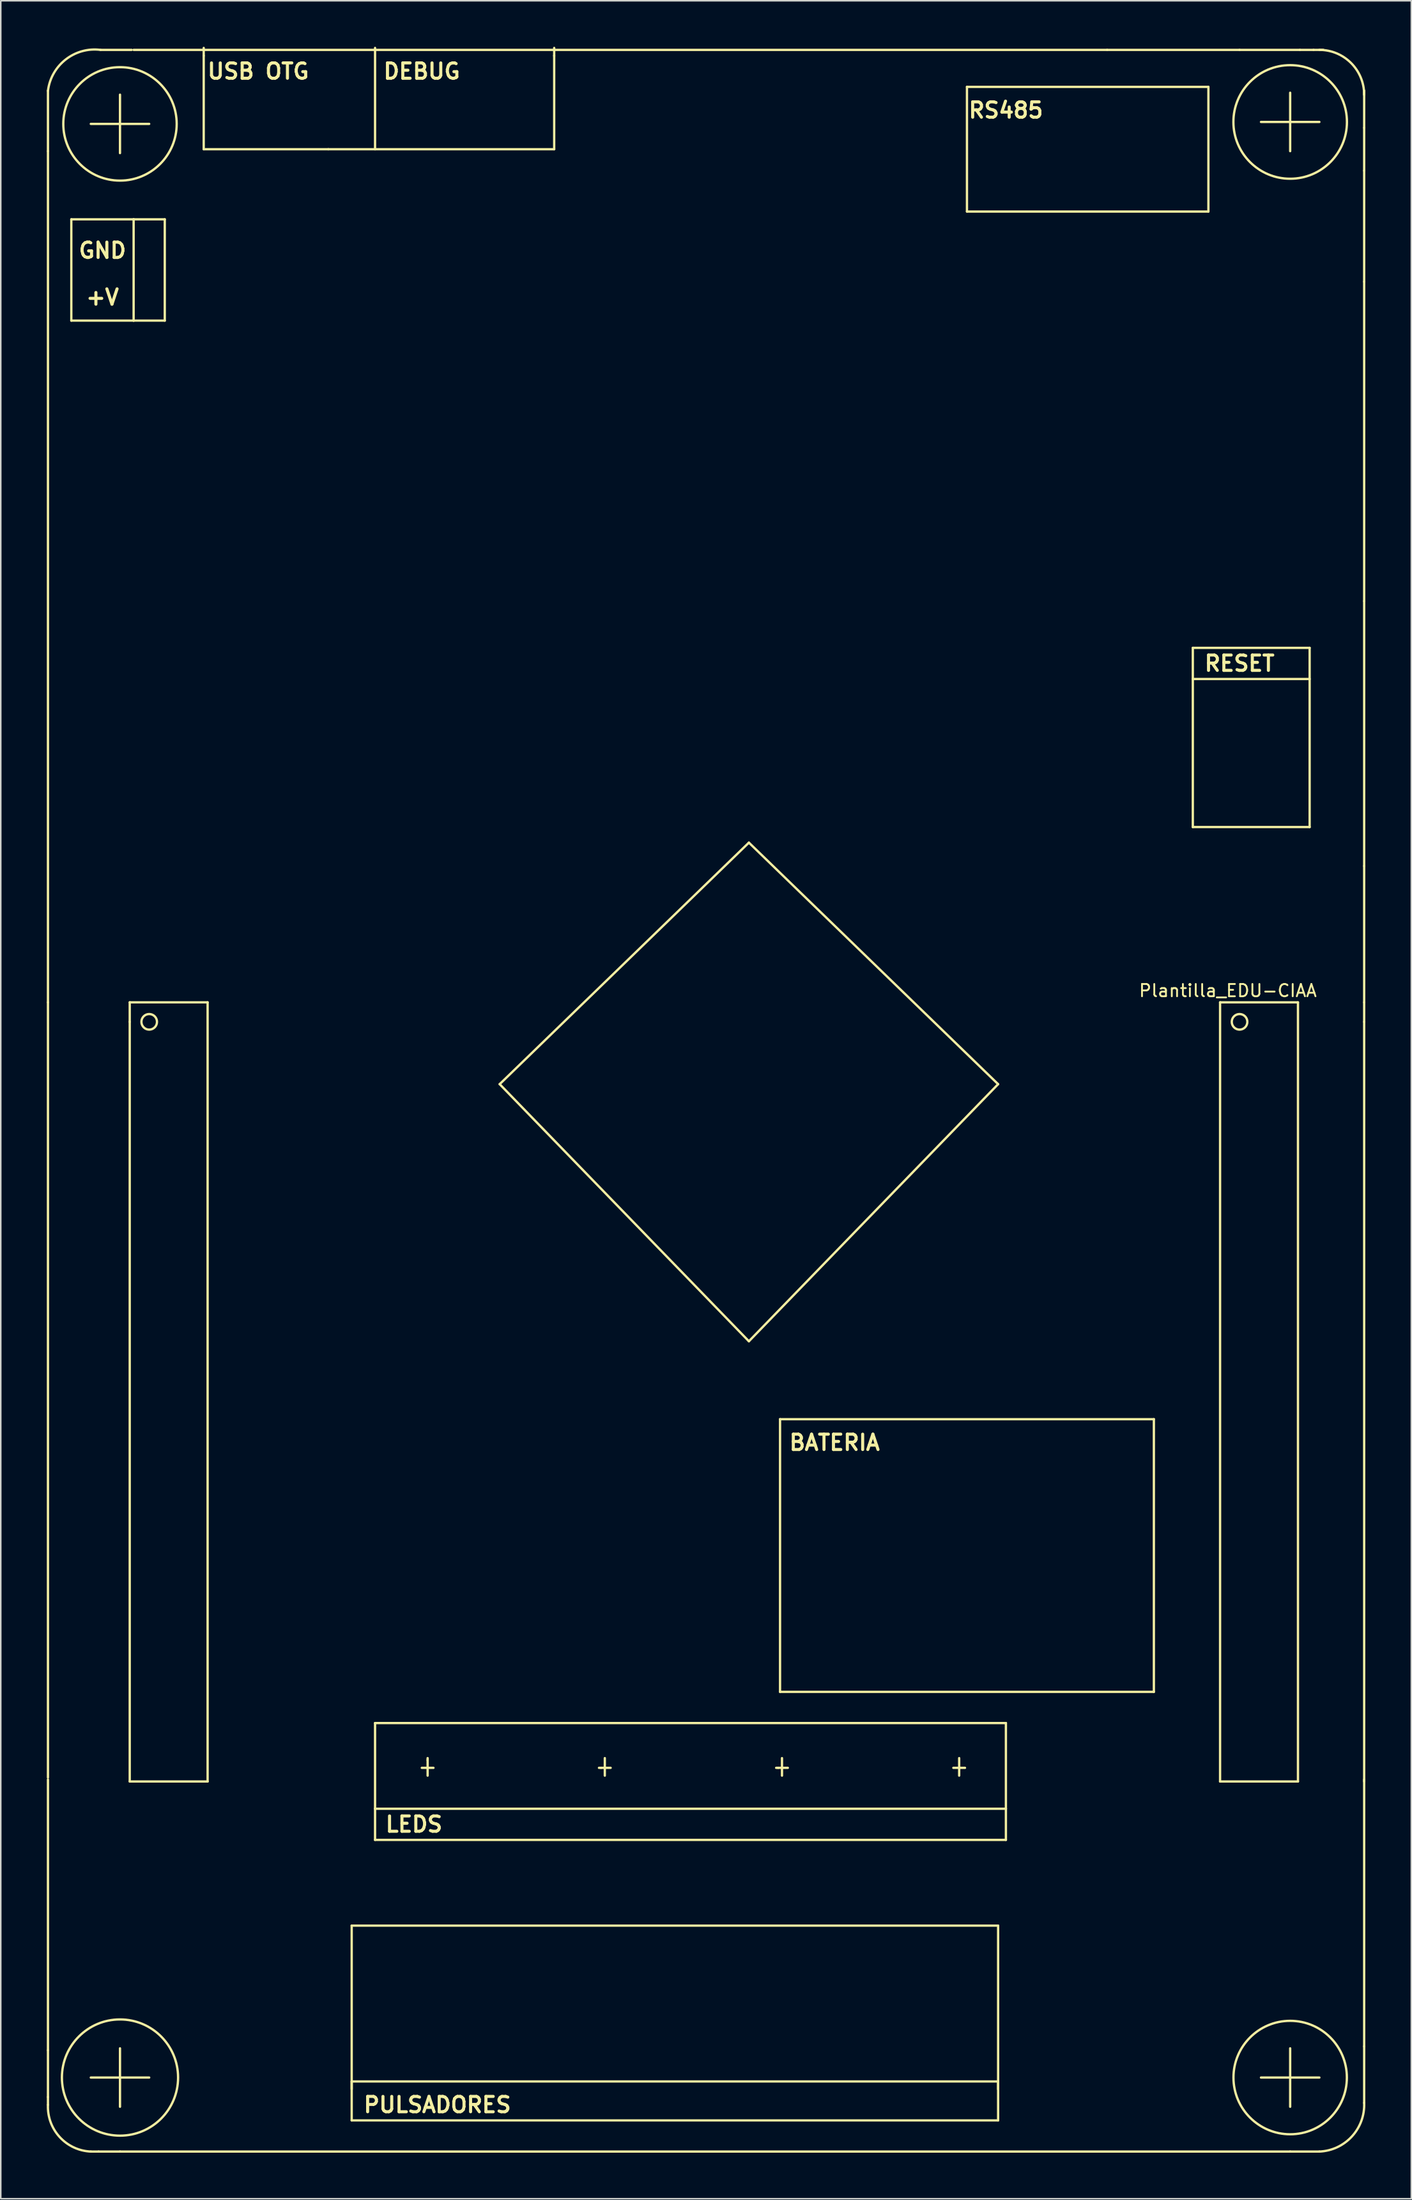
<source format=kicad_pcb>
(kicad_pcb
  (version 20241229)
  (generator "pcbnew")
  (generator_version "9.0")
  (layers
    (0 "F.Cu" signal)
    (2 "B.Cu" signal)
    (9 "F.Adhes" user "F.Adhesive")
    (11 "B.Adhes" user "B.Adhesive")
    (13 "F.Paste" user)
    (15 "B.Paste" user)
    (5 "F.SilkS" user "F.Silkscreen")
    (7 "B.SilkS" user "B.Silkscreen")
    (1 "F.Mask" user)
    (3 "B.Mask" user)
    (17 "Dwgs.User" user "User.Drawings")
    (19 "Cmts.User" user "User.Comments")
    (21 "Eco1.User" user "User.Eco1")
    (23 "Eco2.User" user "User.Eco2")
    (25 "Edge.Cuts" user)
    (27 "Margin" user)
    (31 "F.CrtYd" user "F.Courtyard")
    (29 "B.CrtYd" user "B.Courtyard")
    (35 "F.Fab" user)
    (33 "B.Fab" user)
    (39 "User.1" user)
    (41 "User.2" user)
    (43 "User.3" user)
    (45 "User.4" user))
  (footprint "Plantilla_EDU-CIAA"
    (layer "F.Cu")
    (at 77.802 63.575)
    (property "Reference" "Plantilla_EDU-CIAA" (at -0.762 -2.032 0) (layer "F.SilkS") (effects (font (size 0.8 0.8) (thickness 0.12))))
    (attr through_hole)
    (fp_line (start -77.724 -60.706) (end -77.724 -56.769) (stroke (width 0.15) (type solid)) (layer "F.SilkS"))
    (fp_line (start -77.724 -1.27) (end -77.724 -56.769) (stroke (width 0.15) (type solid)) (layer "F.SilkS"))
    (fp_line (start -77.724 49.276) (end -77.724 -1.27) (stroke (width 0.15) (type solid)) (layer "F.SilkS"))
    (fp_line (start -77.724 49.403) (end -77.724 67.056) (stroke (width 0.15) (type solid)) (layer "F.SilkS"))
    (fp_line (start -77.724 67.056) (end -77.724 70.104) (stroke (width 0.15) (type solid)) (layer "F.SilkS"))
    (fp_line (start -77.724 70.612) (end -77.724 70.104) (stroke (width 0.15) (type solid)) (layer "F.SilkS"))
    (fp_line (start -76.2 -52.324) (end -76.2 -45.72) (stroke (width 0.15) (type solid)) (layer "F.SilkS"))
    (fp_line (start -76.2 -45.72) (end -72.136 -45.72) (stroke (width 0.15) (type solid)) (layer "F.SilkS"))
    (fp_line (start -74.422 73.66) (end -74.93 73.66) (stroke (width 0.15) (type solid)) (layer "F.SilkS"))
    (fp_line (start -73.025 -58.547) (end -74.93 -58.547) (stroke (width 0.15) (type solid)) (layer "F.SilkS"))
    (fp_line (start -73.025 -58.547) (end -73.025 -60.452) (stroke (width 0.15) (type solid)) (layer "F.SilkS"))
    (fp_line (start -73.025 -58.547) (end -73.025 -56.642) (stroke (width 0.15) (type solid)) (layer "F.SilkS"))
    (fp_line (start -73.025 -58.547) (end -71.12 -58.547) (stroke (width 0.15) (type solid)) (layer "F.SilkS"))
    (fp_line (start -73.025 68.834) (end -74.93 68.834) (stroke (width 0.15) (type solid)) (layer "F.SilkS"))
    (fp_line (start -73.025 68.834) (end -73.025 66.929) (stroke (width 0.15) (type solid)) (layer "F.SilkS"))
    (fp_line (start -73.025 68.834) (end -73.025 70.739) (stroke (width 0.15) (type solid)) (layer "F.SilkS"))
    (fp_line (start -73.025 68.834) (end -71.12 68.834) (stroke (width 0.15) (type solid)) (layer "F.SilkS"))
    (fp_line (start -73.025 73.66) (end -74.422 73.66) (stroke (width 0.15) (type solid)) (layer "F.SilkS"))
    (fp_line (start -72.39 -1.27) (end -67.31 -1.27) (stroke (width 0.15) (type solid)) (layer "F.SilkS"))
    (fp_line (start -72.39 0) (end -72.39 -1.27) (stroke (width 0.15) (type solid)) (layer "F.SilkS"))
    (fp_line (start -72.39 49.53) (end -72.39 0) (stroke (width 0.15) (type solid)) (layer "F.SilkS"))
    (fp_line (start -72.263 -63.373) (end -74.295 -63.373) (stroke (width 0.15) (type solid)) (layer "F.SilkS"))
    (fp_line (start -72.136 -52.324) (end -76.2 -52.324) (stroke (width 0.15) (type solid)) (layer "F.SilkS"))
    (fp_line (start -72.136 -45.72) (end -72.136 -52.324) (stroke (width 0.15) (type solid)) (layer "F.SilkS"))
    (fp_line (start -72.136 -45.72) (end -70.104 -45.72) (stroke (width 0.15) (type solid)) (layer "F.SilkS"))
    (fp_line (start -70.104 -52.324) (end -72.136 -52.324) (stroke (width 0.15) (type solid)) (layer "F.SilkS"))
    (fp_line (start -70.104 -45.72) (end -70.104 -52.324) (stroke (width 0.15) (type solid)) (layer "F.SilkS"))
    (fp_line (start -67.564 -62.992) (end -67.564 -63.5) (stroke (width 0.15) (type solid)) (layer "F.SilkS"))
    (fp_line (start -67.564 -56.896) (end -67.564 -62.992) (stroke (width 0.15) (type solid)) (layer "F.SilkS"))
    (fp_line (start -67.564 -56.896) (end -59.436 -56.896) (stroke (width 0.15) (type solid)) (layer "F.SilkS"))
    (fp_line (start -67.31 -1.27) (end -67.31 49.53) (stroke (width 0.15) (type solid)) (layer "F.SilkS"))
    (fp_line (start -67.31 49.53) (end -72.39 49.53) (stroke (width 0.15) (type solid)) (layer "F.SilkS"))
    (fp_line (start -57.912 58.928) (end -57.912 69.596) (stroke (width 0.15) (type solid)) (layer "F.SilkS"))
    (fp_line (start -57.912 69.088) (end -15.748 69.088) (stroke (width 0.15) (type solid)) (layer "F.SilkS"))
    (fp_line (start -57.912 71.628) (end -57.912 69.088) (stroke (width 0.15) (type solid)) (layer "F.SilkS"))
    (fp_line (start -57.912 71.628) (end -15.748 71.628) (stroke (width 0.15) (type solid)) (layer "F.SilkS"))
    (fp_line (start -56.388 -56.896) (end -56.388 -63.5) (stroke (width 0.15) (type solid)) (layer "F.SilkS"))
    (fp_line (start -56.388 45.72) (end -56.388 51.308) (stroke (width 0.15) (type solid)) (layer "F.SilkS"))
    (fp_line (start -56.388 51.308) (end -15.24 51.308) (stroke (width 0.15) (type solid)) (layer "F.SilkS"))
    (fp_line (start -56.388 53.34) (end -56.388 51.308) (stroke (width 0.15) (type solid)) (layer "F.SilkS"))
    (fp_line (start -56.388 53.34) (end -15.24 53.34) (stroke (width 0.15) (type solid)) (layer "F.SilkS"))
    (fp_line (start -52.959 48.133) (end -52.959 48.006) (stroke (width 0.15) (type solid)) (layer "F.SilkS"))
    (fp_line (start -52.959 48.641) (end -53.34 48.641) (stroke (width 0.15) (type solid)) (layer "F.SilkS"))
    (fp_line (start -52.959 48.641) (end -52.959 48.133) (stroke (width 0.15) (type solid)) (layer "F.SilkS"))
    (fp_line (start -52.959 48.641) (end -52.959 49.149) (stroke (width 0.15) (type solid)) (layer "F.SilkS"))
    (fp_line (start -52.959 48.641) (end -52.578 48.641) (stroke (width 0.15) (type solid)) (layer "F.SilkS"))
    (fp_line (start -48.26 4.064) (end -32.004 -11.684) (stroke (width 0.15) (type solid)) (layer "F.SilkS"))
    (fp_line (start -44.704 -62.992) (end -44.704 -63.5) (stroke (width 0.15) (type solid)) (layer "F.SilkS"))
    (fp_line (start -44.704 -62.992) (end -44.704 -56.896) (stroke (width 0.15) (type solid)) (layer "F.SilkS"))
    (fp_line (start -44.704 -56.896) (end -59.436 -56.896) (stroke (width 0.15) (type solid)) (layer "F.SilkS"))
    (fp_line (start -41.656 48.641) (end -41.783 48.641) (stroke (width 0.15) (type solid)) (layer "F.SilkS"))
    (fp_line (start -41.402 48.641) (end -41.656 48.641) (stroke (width 0.15) (type solid)) (layer "F.SilkS"))
    (fp_line (start -41.402 48.641) (end -41.402 48.006) (stroke (width 0.15) (type solid)) (layer "F.SilkS"))
    (fp_line (start -41.402 48.641) (end -41.402 49.149) (stroke (width 0.15) (type solid)) (layer "F.SilkS"))
    (fp_line (start -41.402 48.641) (end -41.021 48.641) (stroke (width 0.15) (type solid)) (layer "F.SilkS"))
    (fp_line (start -32.004 -11.684) (end -15.748 4.064) (stroke (width 0.15) (type solid)) (layer "F.SilkS"))
    (fp_line (start -32.004 20.828) (end -48.26 4.064) (stroke (width 0.15) (type solid)) (layer "F.SilkS"))
    (fp_line (start -30.099 48.641) (end -30.226 48.641) (stroke (width 0.15) (type solid)) (layer "F.SilkS"))
    (fp_line (start -29.972 25.908) (end -29.972 43.688) (stroke (width 0.15) (type solid)) (layer "F.SilkS"))
    (fp_line (start -29.972 43.688) (end -5.588 43.688) (stroke (width 0.15) (type solid)) (layer "F.SilkS"))
    (fp_line (start -29.845 48.641) (end -30.099 48.641) (stroke (width 0.15) (type solid)) (layer "F.SilkS"))
    (fp_line (start -29.845 48.641) (end -29.845 48.006) (stroke (width 0.15) (type solid)) (layer "F.SilkS"))
    (fp_line (start -29.845 48.641) (end -29.845 49.149) (stroke (width 0.15) (type solid)) (layer "F.SilkS"))
    (fp_line (start -29.845 48.641) (end -29.464 48.641) (stroke (width 0.15) (type solid)) (layer "F.SilkS"))
    (fp_line (start -18.288 48.641) (end -18.669 48.641) (stroke (width 0.15) (type solid)) (layer "F.SilkS"))
    (fp_line (start -18.288 48.641) (end -18.288 48.006) (stroke (width 0.15) (type solid)) (layer "F.SilkS"))
    (fp_line (start -18.288 48.641) (end -18.288 49.149) (stroke (width 0.15) (type solid)) (layer "F.SilkS"))
    (fp_line (start -18.288 48.641) (end -17.907 48.641) (stroke (width 0.15) (type solid)) (layer "F.SilkS"))
    (fp_line (start -17.78 -60.96) (end -17.78 -52.832) (stroke (width 0.15) (type solid)) (layer "F.SilkS"))
    (fp_line (start -17.78 -52.832) (end -2.032 -52.832) (stroke (width 0.15) (type solid)) (layer "F.SilkS"))
    (fp_line (start -15.748 4.064) (end -32.004 20.828) (stroke (width 0.15) (type solid)) (layer "F.SilkS"))
    (fp_line (start -15.748 58.928) (end -57.912 58.928) (stroke (width 0.15) (type solid)) (layer "F.SilkS"))
    (fp_line (start -15.748 69.596) (end -15.748 58.928) (stroke (width 0.15) (type solid)) (layer "F.SilkS"))
    (fp_line (start -15.748 71.628) (end -15.748 69.088) (stroke (width 0.15) (type solid)) (layer "F.SilkS"))
    (fp_line (start -15.24 45.72) (end -56.388 45.72) (stroke (width 0.15) (type solid)) (layer "F.SilkS"))
    (fp_line (start -15.24 51.308) (end -15.24 45.72) (stroke (width 0.15) (type solid)) (layer "F.SilkS"))
    (fp_line (start -15.24 53.34) (end -15.24 51.308) (stroke (width 0.15) (type solid)) (layer "F.SilkS"))
    (fp_line (start -8.636 -63.373) (end -72.136 -63.373) (stroke (width 0.15) (type solid)) (layer "F.SilkS"))
    (fp_line (start -5.588 25.908) (end -29.972 25.908) (stroke (width 0.15) (type solid)) (layer "F.SilkS"))
    (fp_line (start -5.588 43.688) (end -5.588 25.908) (stroke (width 0.15) (type solid)) (layer "F.SilkS"))
    (fp_line (start -3.048 -24.384) (end -3.048 -12.7) (stroke (width 0.15) (type solid)) (layer "F.SilkS"))
    (fp_line (start -3.048 -12.7) (end 4.572 -12.7) (stroke (width 0.15) (type solid)) (layer "F.SilkS"))
    (fp_line (start -2.032 -60.96) (end -17.78 -60.96) (stroke (width 0.15) (type solid)) (layer "F.SilkS"))
    (fp_line (start -2.032 -52.832) (end -2.032 -60.96) (stroke (width 0.15) (type solid)) (layer "F.SilkS"))
    (fp_line (start -1.27 49.53) (end -1.27 -1.27) (stroke (width 0.15) (type solid)) (layer "F.SilkS"))
    (fp_line (start 0 -63.373) (end -8.636 -63.373) (stroke (width 0.15) (type solid)) (layer "F.SilkS"))
    (fp_line (start 0 -63.373) (end 3.937 -63.373) (stroke (width 0.15) (type solid)) (layer "F.SilkS"))
    (fp_line (start 3.302 -58.674) (end 1.397 -58.674) (stroke (width 0.15) (type solid)) (layer "F.SilkS"))
    (fp_line (start 3.302 -58.674) (end 3.302 -60.579) (stroke (width 0.15) (type solid)) (layer "F.SilkS"))
    (fp_line (start 3.302 -58.674) (end 3.302 -56.769) (stroke (width 0.15) (type solid)) (layer "F.SilkS"))
    (fp_line (start 3.302 -58.674) (end 5.207 -58.674) (stroke (width 0.15) (type solid)) (layer "F.SilkS"))
    (fp_line (start 3.302 68.834) (end 1.397 68.834) (stroke (width 0.15) (type solid)) (layer "F.SilkS"))
    (fp_line (start 3.302 68.834) (end 3.302 66.929) (stroke (width 0.15) (type solid)) (layer "F.SilkS"))
    (fp_line (start 3.302 68.834) (end 3.302 70.739) (stroke (width 0.15) (type solid)) (layer "F.SilkS"))
    (fp_line (start 3.302 68.834) (end 5.207 68.834) (stroke (width 0.15) (type solid)) (layer "F.SilkS"))
    (fp_line (start 3.302 73.66) (end -73.025 73.66) (stroke (width 0.15) (type solid)) (layer "F.SilkS"))
    (fp_line (start 3.302 73.66) (end 5.207 73.66) (stroke (width 0.15) (type solid)) (layer "F.SilkS"))
    (fp_line (start 3.81 -1.27) (end -1.27 -1.27) (stroke (width 0.15) (type solid)) (layer "F.SilkS"))
    (fp_line (start 3.81 49.53) (end -1.27 49.53) (stroke (width 0.15) (type solid)) (layer "F.SilkS"))
    (fp_line (start 3.81 49.53) (end 3.81 -1.27) (stroke (width 0.15) (type solid)) (layer "F.SilkS"))
    (fp_line (start 3.937 -63.373) (end 4.826 -63.373) (stroke (width 0.15) (type solid)) (layer "F.SilkS"))
    (fp_line (start 4.572 -24.384) (end -3.048 -24.384) (stroke (width 0.15) (type solid)) (layer "F.SilkS"))
    (fp_line (start 4.572 -22.352) (end -3.048 -22.352) (stroke (width 0.15) (type solid)) (layer "F.SilkS"))
    (fp_line (start 4.572 -12.7) (end 4.572 -24.384) (stroke (width 0.15) (type solid)) (layer "F.SilkS"))
    (fp_line (start 5.461 -63.373) (end 4.826 -63.373) (stroke (width 0.15) (type solid)) (layer "F.SilkS"))
    (fp_line (start 8.128 -60.706) (end 8.128 -60.452) (stroke (width 0.15) (type solid)) (layer "F.SilkS"))
    (fp_line (start 8.128 -60.579) (end 8.128 -60.706) (stroke (width 0.15) (type solid)) (layer "F.SilkS"))
    (fp_line (start 8.128 -58.293) (end 8.128 -60.579) (stroke (width 0.15) (type solid)) (layer "F.SilkS"))
    (fp_line (start 8.128 -55.499) (end 8.128 -58.293) (stroke (width 0.15) (type solid)) (layer "F.SilkS"))
    (fp_line (start 8.128 -48.26) (end 8.128 -55.499) (stroke (width 0.15) (type solid)) (layer "F.SilkS"))
    (fp_line (start 8.128 -27.432) (end 8.128 -48.26) (stroke (width 0.15) (type solid)) (layer "F.SilkS"))
    (fp_line (start 8.128 -10.16) (end 8.128 -27.432) (stroke (width 0.15) (type solid)) (layer "F.SilkS"))
    (fp_line (start 8.128 -1.27) (end 8.128 -10.16) (stroke (width 0.15) (type solid)) (layer "F.SilkS"))
    (fp_line (start 8.128 0) (end 8.128 -1.27) (stroke (width 0.15) (type solid)) (layer "F.SilkS"))
    (fp_line (start 8.128 0) (end 8.128 49.53) (stroke (width 0.15) (type solid)) (layer "F.SilkS"))
    (fp_line (start 8.128 49.403) (end 8.128 66.802) (stroke (width 0.15) (type solid)) (layer "F.SilkS"))
    (fp_line (start 8.128 66.802) (end 8.128 70.485) (stroke (width 0.15) (type solid)) (layer "F.SilkS"))
    (fp_arc (start -77.724 -60.706) (mid -76.561854 -62.749669) (end -74.295 -63.373) (stroke (width 0.15) (type solid)) (layer "F.SilkS"))
    (fp_arc (start -74.93 73.66) (mid -76.958261 72.714656) (end -77.724 70.612) (stroke (width 0.15) (type solid)) (layer "F.SilkS"))
    (fp_arc (start 5.207 -63.373) (mid 7.272459 -62.517459) (end 8.128 -60.452) (stroke (width 0.15) (type solid)) (layer "F.SilkS"))
    (fp_arc (start 8.128 70.485) (mid 7.325064 72.677459) (end 5.207 73.66) (stroke (width 0.15) (type solid)) (layer "F.SilkS"))
    (fp_circle (center -73.025 -58.547) (end -69.469 -59.563) (stroke (width 0.15) (type solid)) (fill no) (layer "F.SilkS"))
    (fp_circle (center -73.025 68.834) (end -72.136 65.151) (stroke (width 0.15) (type solid)) (fill no) (layer "F.SilkS"))
    (fp_circle (center -71.12 0) (end -70.612 0) (stroke (width 0.15) (type solid)) (fill no) (layer "F.SilkS"))
    (fp_circle (center 0 0) (end 0.508 0) (stroke (width 0.15) (type solid)) (fill no) (layer "F.SilkS"))
    (fp_circle (center 3.302 -58.674) (end 6.731 -57.277) (stroke (width 0.15) (type solid)) (fill no) (layer "F.SilkS"))
    (fp_circle (center 3.302 68.834) (end 6.858 69.85) (stroke (width 0.15) (type solid)) (fill no) (layer "F.SilkS"))
    (fp_text user "RESET" (at 0 -23.368 0) (layer "F.SilkS") (effects (font (size 1 1) (thickness 0.2))))
    (fp_text user "BATERIA" (at -26.416 27.432 0) (layer "F.SilkS") (effects (font (size 1 1) (thickness 0.2))))
    (fp_text user "GND" (at -74.168 -50.292 0) (layer "F.SilkS") (effects (font (size 1 1) (thickness 0.2))))
    (fp_text user "PULSADORES" (at -52.324 70.612 0) (layer "F.SilkS") (effects (font (size 1 1) (thickness 0.2))))
    (fp_text user "DEBUG" (at -53.34 -61.976 0) (layer "F.SilkS") (effects (font (size 1 1) (thickness 0.2))))
    (fp_text user "+V" (at -74.168 -47.244 0) (layer "F.SilkS") (effects (font (size 1 1) (thickness 0.2))))
    (fp_text user "LEDS" (at -53.848 52.324 0) (layer "F.SilkS") (effects (font (size 1 1) (thickness 0.2))))
    (fp_text user "RS485" (at -15.24 -59.436 0) (layer "F.SilkS") (effects (font (size 1 1) (thickness 0.2))))
    (fp_text user "USB OTG" (at -64.008 -61.976 0) (layer "F.SilkS") (effects (font (size 1 1) (thickness 0.2)))))
  (gr_rect
    (start -3 -3)
    (end 89.007 140.31)
    (stroke (width 0.1) (type default))
    (fill no)
    (layer "Edge.Cuts")))
</source>
